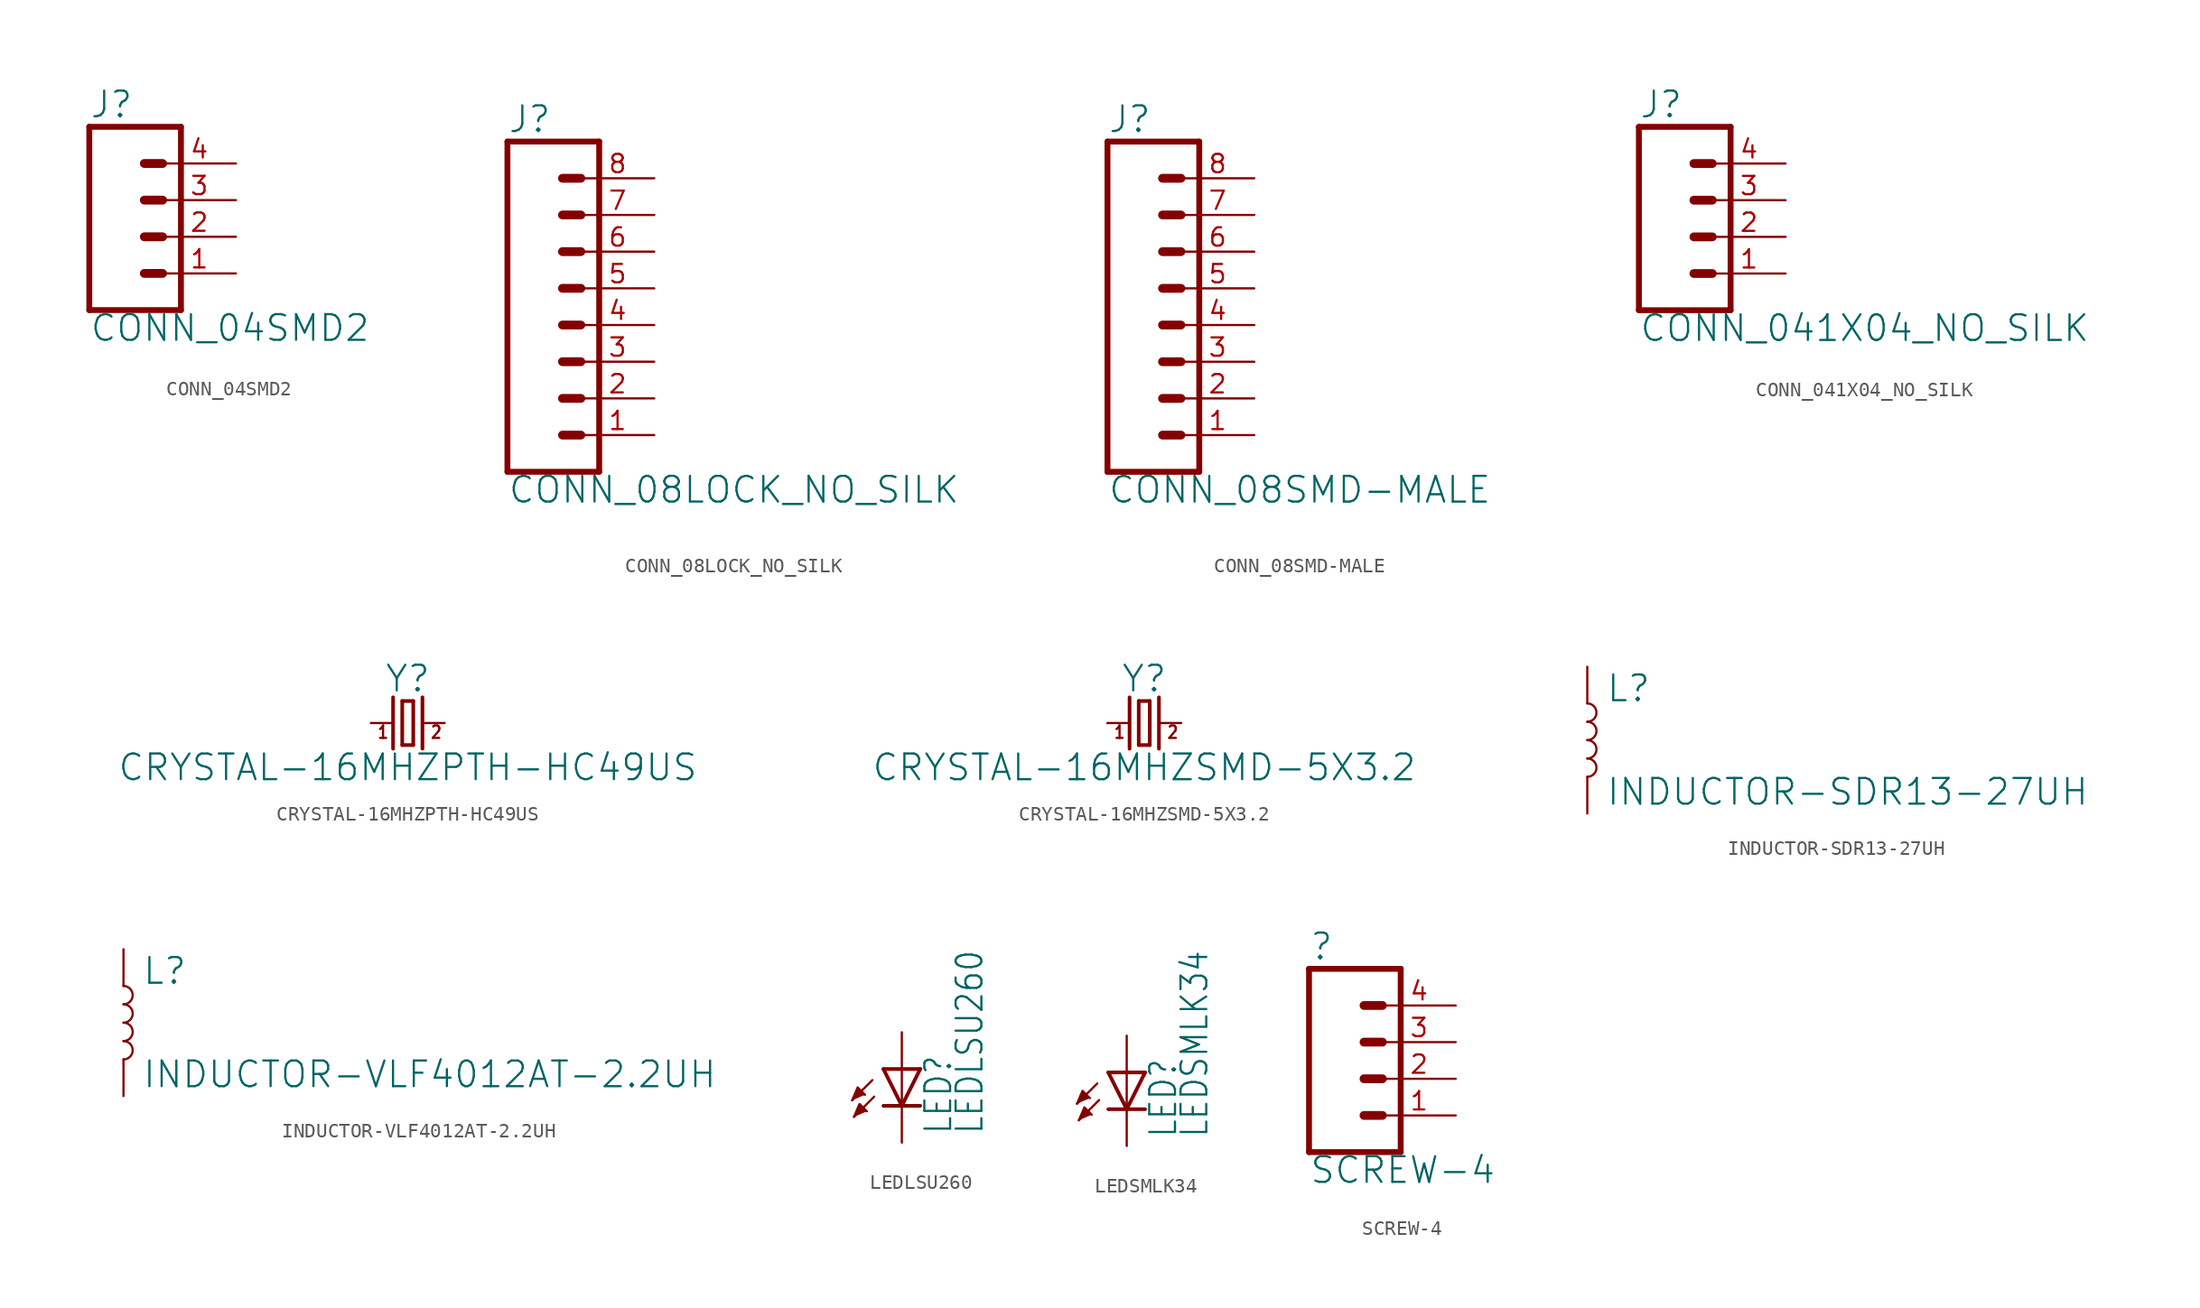
<source format=kicad_sym>
(kicad_symbol_lib
  (version 20220331)
  (generator kicad_symbol_editor)
  (symbol "CONN_04SMD2"
    (property "Reference" "J"
      (at -5.08 8.128 0)
      (effects (font (size 1.778 1.778)) (justify left bottom)))
    (property "Value" "CONN_04SMD2"
      (at -5.08 -7.366 0)
      (effects (font (size 1.778 1.778)) (justify left bottom)))
    (property "ki_locked" ""
      (at 0 0 0)
      (effects (font (size 1.27 1.27))))
    (symbol "CONN_04SMD2_1_0"
      (polyline (pts (xy -5.08 7.62) (xy -5.08 -5.08)) (stroke (width 0.406) (type solid)) (fill (type none)))
      (polyline (pts (xy -5.08 7.62) (xy 1.27 7.62)) (stroke (width 0.406) (type solid)) (fill (type none)))
      (polyline (pts (xy -1.27 -2.54) (xy 0 -2.54)) (stroke (width 0.61) (type solid)) (fill (type none)))
      (polyline (pts (xy -1.27 0) (xy 0 0)) (stroke (width 0.61) (type solid)) (fill (type none)))
      (polyline (pts (xy -1.27 2.54) (xy 0 2.54)) (stroke (width 0.61) (type solid)) (fill (type none)))
      (polyline (pts (xy -1.27 5.08) (xy 0 5.08)) (stroke (width 0.61) (type solid)) (fill (type none)))
      (polyline (pts (xy 1.27 -5.08) (xy -5.08 -5.08)) (stroke (width 0.406) (type solid)) (fill (type none)))
      (polyline (pts (xy 1.27 -5.08) (xy 1.27 7.62)) (stroke (width 0.406) (type solid)) (fill (type none)))
      (pin passive line (at 5.08 -2.54 180) (length 5.08) (name "1" (effects (font (size 0 0)))) (number "1" (effects (font (size 1.27 1.27)))))
      (pin passive line (at 5.08 0 180) (length 5.08) (name "2" (effects (font (size 0 0)))) (number "2" (effects (font (size 1.27 1.27)))))
      (pin passive line (at 5.08 2.54 180) (length 5.08) (name "3" (effects (font (size 0 0)))) (number "3" (effects (font (size 1.27 1.27)))))
      (pin passive line (at 5.08 5.08 180) (length 5.08) (name "4" (effects (font (size 0 0)))) (number "4" (effects (font (size 1.27 1.27)))))))
  (symbol "CONN_08LOCK_NO_SILK"
    (property "Reference" "J"
      (at -5.08 13.208 0)
      (effects (font (size 1.778 1.778)) (justify left bottom)))
    (property "Value" "CONN_08LOCK_NO_SILK"
      (at -5.08 -12.446 0)
      (effects (font (size 1.778 1.778)) (justify left bottom)))
    (property "ki_locked" ""
      (at 0 0 0)
      (effects (font (size 1.27 1.27))))
    (symbol "CONN_08LOCK_NO_SILK_1_0"
      (polyline (pts (xy -5.08 12.7) (xy -5.08 -10.16)) (stroke (width 0.406) (type solid)) (fill (type none)))
      (polyline (pts (xy -5.08 12.7) (xy 1.27 12.7)) (stroke (width 0.406) (type solid)) (fill (type none)))
      (polyline (pts (xy -1.27 -7.62) (xy 0 -7.62)) (stroke (width 0.61) (type solid)) (fill (type none)))
      (polyline (pts (xy -1.27 -5.08) (xy 0 -5.08)) (stroke (width 0.61) (type solid)) (fill (type none)))
      (polyline (pts (xy -1.27 -2.54) (xy 0 -2.54)) (stroke (width 0.61) (type solid)) (fill (type none)))
      (polyline (pts (xy -1.27 0) (xy 0 0)) (stroke (width 0.61) (type solid)) (fill (type none)))
      (polyline (pts (xy -1.27 2.54) (xy 0 2.54)) (stroke (width 0.61) (type solid)) (fill (type none)))
      (polyline (pts (xy -1.27 5.08) (xy 0 5.08)) (stroke (width 0.61) (type solid)) (fill (type none)))
      (polyline (pts (xy -1.27 7.62) (xy 0 7.62)) (stroke (width 0.61) (type solid)) (fill (type none)))
      (polyline (pts (xy -1.27 10.16) (xy 0 10.16)) (stroke (width 0.61) (type solid)) (fill (type none)))
      (polyline (pts (xy 1.27 -10.16) (xy -5.08 -10.16)) (stroke (width 0.406) (type solid)) (fill (type none)))
      (polyline (pts (xy 1.27 -10.16) (xy 1.27 12.7)) (stroke (width 0.406) (type solid)) (fill (type none)))
      (pin passive line (at 5.08 -7.62 180) (length 5.08) (name "1" (effects (font (size 0 0)))) (number "1" (effects (font (size 1.27 1.27)))))
      (pin passive line (at 5.08 -5.08 180) (length 5.08) (name "2" (effects (font (size 0 0)))) (number "2" (effects (font (size 1.27 1.27)))))
      (pin passive line (at 5.08 -2.54 180) (length 5.08) (name "3" (effects (font (size 0 0)))) (number "3" (effects (font (size 1.27 1.27)))))
      (pin passive line (at 5.08 0 180) (length 5.08) (name "4" (effects (font (size 0 0)))) (number "4" (effects (font (size 1.27 1.27)))))
      (pin passive line (at 5.08 2.54 180) (length 5.08) (name "5" (effects (font (size 0 0)))) (number "5" (effects (font (size 1.27 1.27)))))
      (pin passive line (at 5.08 5.08 180) (length 5.08) (name "6" (effects (font (size 0 0)))) (number "6" (effects (font (size 1.27 1.27)))))
      (pin passive line (at 5.08 7.62 180) (length 5.08) (name "7" (effects (font (size 0 0)))) (number "7" (effects (font (size 1.27 1.27)))))
      (pin passive line (at 5.08 10.16 180) (length 5.08) (name "8" (effects (font (size 0 0)))) (number "8" (effects (font (size 1.27 1.27)))))))
  (symbol "CONN_08SMD-MALE"
    (property "Reference" "J"
      (at -5.08 13.208 0)
      (effects (font (size 1.778 1.778)) (justify left bottom)))
    (property "Value" "CONN_08SMD-MALE"
      (at -5.08 -12.446 0)
      (effects (font (size 1.778 1.778)) (justify left bottom)))
    (property "ki_locked" ""
      (at 0 0 0)
      (effects (font (size 1.27 1.27))))
    (symbol "CONN_08SMD-MALE_1_0"
      (polyline (pts (xy -5.08 12.7) (xy -5.08 -10.16)) (stroke (width 0.406) (type solid)) (fill (type none)))
      (polyline (pts (xy -5.08 12.7) (xy 1.27 12.7)) (stroke (width 0.406) (type solid)) (fill (type none)))
      (polyline (pts (xy -1.27 -7.62) (xy 0 -7.62)) (stroke (width 0.61) (type solid)) (fill (type none)))
      (polyline (pts (xy -1.27 -5.08) (xy 0 -5.08)) (stroke (width 0.61) (type solid)) (fill (type none)))
      (polyline (pts (xy -1.27 -2.54) (xy 0 -2.54)) (stroke (width 0.61) (type solid)) (fill (type none)))
      (polyline (pts (xy -1.27 0) (xy 0 0)) (stroke (width 0.61) (type solid)) (fill (type none)))
      (polyline (pts (xy -1.27 2.54) (xy 0 2.54)) (stroke (width 0.61) (type solid)) (fill (type none)))
      (polyline (pts (xy -1.27 5.08) (xy 0 5.08)) (stroke (width 0.61) (type solid)) (fill (type none)))
      (polyline (pts (xy -1.27 7.62) (xy 0 7.62)) (stroke (width 0.61) (type solid)) (fill (type none)))
      (polyline (pts (xy -1.27 10.16) (xy 0 10.16)) (stroke (width 0.61) (type solid)) (fill (type none)))
      (polyline (pts (xy 1.27 -10.16) (xy -5.08 -10.16)) (stroke (width 0.406) (type solid)) (fill (type none)))
      (polyline (pts (xy 1.27 -10.16) (xy 1.27 12.7)) (stroke (width 0.406) (type solid)) (fill (type none)))
      (pin passive line (at 5.08 -7.62 180) (length 5.08) (name "1" (effects (font (size 0 0)))) (number "1" (effects (font (size 1.27 1.27)))))
      (pin passive line (at 5.08 -5.08 180) (length 5.08) (name "2" (effects (font (size 0 0)))) (number "2" (effects (font (size 1.27 1.27)))))
      (pin passive line (at 5.08 -2.54 180) (length 5.08) (name "3" (effects (font (size 0 0)))) (number "3" (effects (font (size 1.27 1.27)))))
      (pin passive line (at 5.08 0 180) (length 5.08) (name "4" (effects (font (size 0 0)))) (number "4" (effects (font (size 1.27 1.27)))))
      (pin passive line (at 5.08 2.54 180) (length 5.08) (name "5" (effects (font (size 0 0)))) (number "5" (effects (font (size 1.27 1.27)))))
      (pin passive line (at 5.08 5.08 180) (length 5.08) (name "6" (effects (font (size 0 0)))) (number "6" (effects (font (size 1.27 1.27)))))
      (pin passive line (at 5.08 7.62 180) (length 5.08) (name "7" (effects (font (size 0 0)))) (number "7" (effects (font (size 1.27 1.27)))))
      (pin passive line (at 5.08 10.16 180) (length 5.08) (name "8" (effects (font (size 0 0)))) (number "8" (effects (font (size 1.27 1.27)))))))
  (symbol "CONN_041X04_NO_SILK"
    (property "Reference" "J"
      (at -5.08 8.128 0)
      (effects (font (size 1.778 1.778)) (justify left bottom)))
    (property "Value" "CONN_041X04_NO_SILK"
      (at -5.08 -7.366 0)
      (effects (font (size 1.778 1.778)) (justify left bottom)))
    (property "ki_locked" ""
      (at 0 0 0)
      (effects (font (size 1.27 1.27))))
    (symbol "CONN_041X04_NO_SILK_1_0"
      (polyline (pts (xy -5.08 7.62) (xy -5.08 -5.08)) (stroke (width 0.406) (type solid)) (fill (type none)))
      (polyline (pts (xy -5.08 7.62) (xy 1.27 7.62)) (stroke (width 0.406) (type solid)) (fill (type none)))
      (polyline (pts (xy -1.27 -2.54) (xy 0 -2.54)) (stroke (width 0.61) (type solid)) (fill (type none)))
      (polyline (pts (xy -1.27 0) (xy 0 0)) (stroke (width 0.61) (type solid)) (fill (type none)))
      (polyline (pts (xy -1.27 2.54) (xy 0 2.54)) (stroke (width 0.61) (type solid)) (fill (type none)))
      (polyline (pts (xy -1.27 5.08) (xy 0 5.08)) (stroke (width 0.61) (type solid)) (fill (type none)))
      (polyline (pts (xy 1.27 -5.08) (xy -5.08 -5.08)) (stroke (width 0.406) (type solid)) (fill (type none)))
      (polyline (pts (xy 1.27 -5.08) (xy 1.27 7.62)) (stroke (width 0.406) (type solid)) (fill (type none)))
      (pin passive line (at 5.08 -2.54 180) (length 5.08) (name "1" (effects (font (size 0 0)))) (number "1" (effects (font (size 1.27 1.27)))))
      (pin passive line (at 5.08 0 180) (length 5.08) (name "2" (effects (font (size 0 0)))) (number "2" (effects (font (size 1.27 1.27)))))
      (pin passive line (at 5.08 2.54 180) (length 5.08) (name "3" (effects (font (size 0 0)))) (number "3" (effects (font (size 1.27 1.27)))))
      (pin passive line (at 5.08 5.08 180) (length 5.08) (name "4" (effects (font (size 0 0)))) (number "4" (effects (font (size 1.27 1.27)))))))
  (symbol "CRYSTAL-16MHZPTH-HC49US"
    (property "Reference" "Y"
      (at 0 2.032 0)
      (effects (font (size 1.778 1.778)) (justify bottom)))
    (property "Value" "CRYSTAL-16MHZPTH-HC49US"
      (at 0 -2.032 0)
      (effects (font (size 1.778 1.778)) (justify top)))
    (property "ki_locked" ""
      (at 0 0 0)
      (effects (font (size 1.27 1.27))))
    (symbol "CRYSTAL-16MHZPTH-HC49US_1_0"
      (polyline (pts (xy -2.54 0) (xy -1.016 0)) (stroke (width 0.152) (type solid)) (fill (type none)))
      (polyline (pts (xy -1.016 1.778) (xy -1.016 -1.778)) (stroke (width 0.254) (type solid)) (fill (type none)))
      (polyline (pts (xy -0.381 -1.524) (xy 0.381 -1.524)) (stroke (width 0.254) (type solid)) (fill (type none)))
      (polyline (pts (xy -0.381 1.524) (xy -0.381 -1.524)) (stroke (width 0.254) (type solid)) (fill (type none)))
      (polyline (pts (xy 0.381 -1.524) (xy 0.381 1.524)) (stroke (width 0.254) (type solid)) (fill (type none)))
      (polyline (pts (xy 0.381 1.524) (xy -0.381 1.524)) (stroke (width 0.254) (type solid)) (fill (type none)))
      (polyline (pts (xy 1.016 0) (xy 2.54 0)) (stroke (width 0.152) (type solid)) (fill (type none)))
      (polyline (pts (xy 1.016 1.778) (xy 1.016 -1.778)) (stroke (width 0.254) (type solid)) (fill (type none)))
      (text "1" (at -2.159 -1.143 0) (effects (font (size 0.864 0.734)) (justify left bottom)))
      (text "2" (at 1.524 -1.143 0) (effects (font (size 0.864 0.734)) (justify left bottom)))
      (pin passive line (at -2.54 0 0) (length 0) (name "1" (effects (font (size 0 0)))) (number "1" (effects (font (size 0 0)))))
      (pin passive line (at 2.54 0 180) (length 0) (name "2" (effects (font (size 0 0)))) (number "2" (effects (font (size 0 0)))))))
  (symbol "CRYSTAL-16MHZSMD-5X3.2"
    (property "Reference" "Y"
      (at 0 2.032 0)
      (effects (font (size 1.778 1.778)) (justify bottom)))
    (property "Value" "CRYSTAL-16MHZSMD-5X3.2"
      (at 0 -2.032 0)
      (effects (font (size 1.778 1.778)) (justify top)))
    (property "ki_locked" ""
      (at 0 0 0)
      (effects (font (size 1.27 1.27))))
    (symbol "CRYSTAL-16MHZSMD-5X3.2_1_0"
      (polyline (pts (xy -2.54 0) (xy -1.016 0)) (stroke (width 0.152) (type solid)) (fill (type none)))
      (polyline (pts (xy -1.016 1.778) (xy -1.016 -1.778)) (stroke (width 0.254) (type solid)) (fill (type none)))
      (polyline (pts (xy -0.381 -1.524) (xy 0.381 -1.524)) (stroke (width 0.254) (type solid)) (fill (type none)))
      (polyline (pts (xy -0.381 1.524) (xy -0.381 -1.524)) (stroke (width 0.254) (type solid)) (fill (type none)))
      (polyline (pts (xy 0.381 -1.524) (xy 0.381 1.524)) (stroke (width 0.254) (type solid)) (fill (type none)))
      (polyline (pts (xy 0.381 1.524) (xy -0.381 1.524)) (stroke (width 0.254) (type solid)) (fill (type none)))
      (polyline (pts (xy 1.016 0) (xy 2.54 0)) (stroke (width 0.152) (type solid)) (fill (type none)))
      (polyline (pts (xy 1.016 1.778) (xy 1.016 -1.778)) (stroke (width 0.254) (type solid)) (fill (type none)))
      (text "1" (at -2.159 -1.143 0) (effects (font (size 0.864 0.734)) (justify left bottom)))
      (text "2" (at 1.524 -1.143 0) (effects (font (size 0.864 0.734)) (justify left bottom)))
      (pin passive line (at -2.54 0 0) (length 0) (name "1" (effects (font (size 0 0)))) (number "1" (effects (font (size 0 0)))))
      (pin passive line (at 2.54 0 180) (length 0) (name "2" (effects (font (size 0 0)))) (number "3" (effects (font (size 0 0)))))))
  (symbol "INDUCTOR-SDR13-27UH"
    (property "Reference" "L"
      (at 1.27 2.54 0)
      (effects (font (size 1.778 1.778)) (justify left bottom)))
    (property "Value" "INDUCTOR-SDR13-27UH"
      (at 1.27 -2.54 0)
      (effects (font (size 1.778 1.778)) (justify left top)))
    (property "ki_locked" ""
      (at 0 0 0)
      (effects (font (size 1.27 1.27))))
    (symbol "INDUCTOR-SDR13-27UH_1_0"
      (arc (start 0 -2.54) (mid 0.635 -1.905) (end 0 -1.27) (stroke (width 0.1524) (type solid)) (fill (type none)))
      (arc (start 0 -1.27) (mid 0.635 -0.635) (end 0 0) (stroke (width 0.1524) (type solid)) (fill (type none)))
      (arc (start 0 0) (mid 0.635 0.635) (end 0 1.27) (stroke (width 0.1524) (type solid)) (fill (type none)))
      (arc (start 0 1.27) (mid 0.635 1.905) (end 0 2.54) (stroke (width 0.1524) (type solid)) (fill (type none)))
      (pin passive line (at 0 5.08 270) (length 2.54) (name "1" (effects (font (size 0 0)))) (number "P$1" (effects (font (size 0 0)))))
      (pin passive line (at 0 -5.08 90) (length 2.54) (name "2" (effects (font (size 0 0)))) (number "P$2" (effects (font (size 0 0)))))))
  (symbol "INDUCTOR-VLF4012AT-2.2UH"
    (property "Reference" "L"
      (at 1.27 2.54 0)
      (effects (font (size 1.778 1.778)) (justify left bottom)))
    (property "Value" "INDUCTOR-VLF4012AT-2.2UH"
      (at 1.27 -2.54 0)
      (effects (font (size 1.778 1.778)) (justify left top)))
    (property "ki_locked" ""
      (at 0 0 0)
      (effects (font (size 1.27 1.27))))
    (symbol "INDUCTOR-VLF4012AT-2.2UH_1_0"
      (arc (start 0 -2.54) (mid 0.635 -1.905) (end 0 -1.27) (stroke (width 0.1524) (type solid)) (fill (type none)))
      (arc (start 0 -1.27) (mid 0.635 -0.635) (end 0 0) (stroke (width 0.1524) (type solid)) (fill (type none)))
      (arc (start 0 0) (mid 0.635 0.635) (end 0 1.27) (stroke (width 0.1524) (type solid)) (fill (type none)))
      (arc (start 0 1.27) (mid 0.635 1.905) (end 0 2.54) (stroke (width 0.1524) (type solid)) (fill (type none)))
      (pin passive line (at 0 5.08 270) (length 2.54) (name "1" (effects (font (size 0 0)))) (number "P$1" (effects (font (size 0 0)))))
      (pin passive line (at 0 -5.08 90) (length 2.54) (name "2" (effects (font (size 0 0)))) (number "P$2" (effects (font (size 0 0)))))))
  (symbol "LEDLSU260"
    (property "Reference" "LED"
      (at 3.556 -4.572 90)
      (effects (font (size 1.778 1.511)) (justify left bottom)))
    (property "Value" "LEDLSU260"
      (at 5.715 -4.572 90)
      (effects (font (size 1.778 1.511)) (justify left bottom)))
    (property "ki_locked" ""
      (at 0 0 0)
      (effects (font (size 1.27 1.27))))
    (symbol "LEDLSU260_1_0"
      (polyline (pts (xy -2.032 -0.762) (xy -3.429 -2.159)) (stroke (width 0.152) (type solid)) (fill (type none)))
      (polyline (pts (xy -1.905 -1.905) (xy -3.302 -3.302)) (stroke (width 0.152) (type solid)) (fill (type none)))
      (polyline (pts (xy 0 -2.54) (xy -1.27 -2.54)) (stroke (width 0.254) (type solid)) (fill (type none)))
      (polyline (pts (xy 0 -2.54) (xy -1.27 0)) (stroke (width 0.254) (type solid)) (fill (type none)))
      (polyline (pts (xy 0 0) (xy -1.27 0)) (stroke (width 0.254) (type solid)) (fill (type none)))
      (polyline (pts (xy 0 0) (xy 0 -2.54)) (stroke (width 0.152) (type solid)) (fill (type none)))
      (polyline (pts (xy 1.27 -2.54) (xy 0 -2.54)) (stroke (width 0.254) (type solid)) (fill (type none)))
      (polyline (pts (xy 1.27 0) (xy 0 -2.54)) (stroke (width 0.254) (type solid)) (fill (type none)))
      (polyline (pts (xy 1.27 0) (xy 0 0)) (stroke (width 0.254) (type solid)) (fill (type none)))
      (polyline (pts (xy -3.429 -2.159) (xy -3.048 -1.27) (xy -2.54 -1.778)) (stroke (width 0) (type default)) (fill (type outline)))
      (polyline (pts (xy -3.302 -3.302) (xy -2.921 -2.413) (xy -2.413 -2.921)) (stroke (width 0) (type default)) (fill (type outline)))
      (pin passive line (at 0 2.54 270) (length 2.54) (name "A" (effects (font (size 0 0)))) (number "A" (effects (font (size 0 0)))))
      (pin passive line (at 0 -5.08 90) (length 2.54) (name "C" (effects (font (size 0 0)))) (number "K" (effects (font (size 0 0)))))))
  (symbol "LEDSMLK34"
    (property "Reference" "LED"
      (at 3.556 -4.572 90)
      (effects (font (size 1.778 1.511)) (justify left bottom)))
    (property "Value" "LEDSMLK34"
      (at 5.715 -4.572 90)
      (effects (font (size 1.778 1.511)) (justify left bottom)))
    (property "ki_locked" ""
      (at 0 0 0)
      (effects (font (size 1.27 1.27))))
    (symbol "LEDSMLK34_1_0"
      (polyline (pts (xy -2.032 -0.762) (xy -3.429 -2.159)) (stroke (width 0.152) (type solid)) (fill (type none)))
      (polyline (pts (xy -1.905 -1.905) (xy -3.302 -3.302)) (stroke (width 0.152) (type solid)) (fill (type none)))
      (polyline (pts (xy 0 -2.54) (xy -1.27 -2.54)) (stroke (width 0.254) (type solid)) (fill (type none)))
      (polyline (pts (xy 0 -2.54) (xy -1.27 0)) (stroke (width 0.254) (type solid)) (fill (type none)))
      (polyline (pts (xy 0 0) (xy -1.27 0)) (stroke (width 0.254) (type solid)) (fill (type none)))
      (polyline (pts (xy 0 0) (xy 0 -2.54)) (stroke (width 0.152) (type solid)) (fill (type none)))
      (polyline (pts (xy 1.27 -2.54) (xy 0 -2.54)) (stroke (width 0.254) (type solid)) (fill (type none)))
      (polyline (pts (xy 1.27 0) (xy 0 -2.54)) (stroke (width 0.254) (type solid)) (fill (type none)))
      (polyline (pts (xy 1.27 0) (xy 0 0)) (stroke (width 0.254) (type solid)) (fill (type none)))
      (polyline (pts (xy -3.429 -2.159) (xy -3.048 -1.27) (xy -2.54 -1.778)) (stroke (width 0) (type default)) (fill (type outline)))
      (polyline (pts (xy -3.302 -3.302) (xy -2.921 -2.413) (xy -2.413 -2.921)) (stroke (width 0) (type default)) (fill (type outline)))
      (pin passive line (at 0 2.54 270) (length 2.54) (name "A" (effects (font (size 0 0)))) (number "A" (effects (font (size 0 0)))))
      (pin passive line (at 0 -5.08 90) (length 2.54) (name "C" (effects (font (size 0 0)))) (number "K" (effects (font (size 0 0)))))))
  (symbol "SCREW-4"
    (property "Reference" ""
      (at -5.08 8.128 0)
      (effects (font (size 1.778 1.778)) (justify left bottom)))
    (property "Value" "SCREW-4"
      (at -5.08 -7.366 0)
      (effects (font (size 1.778 1.778)) (justify left bottom)))
    (property "ki_locked" ""
      (at 0 0 0)
      (effects (font (size 1.27 1.27))))
    (symbol "SCREW-4_1_0"
      (polyline (pts (xy -5.08 7.62) (xy -5.08 -5.08)) (stroke (width 0.406) (type solid)) (fill (type none)))
      (polyline (pts (xy -5.08 7.62) (xy 1.27 7.62)) (stroke (width 0.406) (type solid)) (fill (type none)))
      (polyline (pts (xy -1.27 -2.54) (xy 0 -2.54)) (stroke (width 0.61) (type solid)) (fill (type none)))
      (polyline (pts (xy -1.27 0) (xy 0 0)) (stroke (width 0.61) (type solid)) (fill (type none)))
      (polyline (pts (xy -1.27 2.54) (xy 0 2.54)) (stroke (width 0.61) (type solid)) (fill (type none)))
      (polyline (pts (xy -1.27 5.08) (xy 0 5.08)) (stroke (width 0.61) (type solid)) (fill (type none)))
      (polyline (pts (xy 1.27 -5.08) (xy -5.08 -5.08)) (stroke (width 0.406) (type solid)) (fill (type none)))
      (polyline (pts (xy 1.27 -5.08) (xy 1.27 7.62)) (stroke (width 0.406) (type solid)) (fill (type none)))
      (pin passive line (at 5.08 -2.54 180) (length 5.08) (name "1" (effects (font (size 0 0)))) (number "1" (effects (font (size 1.27 1.27)))))
      (pin passive line (at 5.08 0 180) (length 5.08) (name "2" (effects (font (size 0 0)))) (number "2" (effects (font (size 1.27 1.27)))))
      (pin passive line (at 5.08 2.54 180) (length 5.08) (name "3" (effects (font (size 0 0)))) (number "3" (effects (font (size 1.27 1.27)))))
      (pin passive line (at 5.08 5.08 180) (length 5.08) (name "4" (effects (font (size 0 0)))) (number "4" (effects (font (size 1.27 1.27))))))))
</source>
